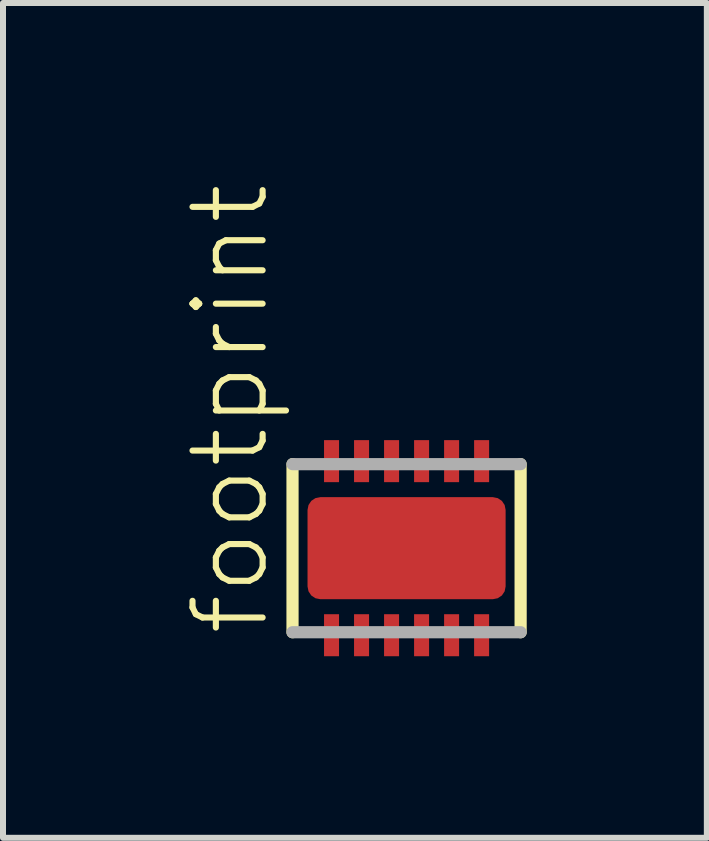
<source format=kicad_pcb>
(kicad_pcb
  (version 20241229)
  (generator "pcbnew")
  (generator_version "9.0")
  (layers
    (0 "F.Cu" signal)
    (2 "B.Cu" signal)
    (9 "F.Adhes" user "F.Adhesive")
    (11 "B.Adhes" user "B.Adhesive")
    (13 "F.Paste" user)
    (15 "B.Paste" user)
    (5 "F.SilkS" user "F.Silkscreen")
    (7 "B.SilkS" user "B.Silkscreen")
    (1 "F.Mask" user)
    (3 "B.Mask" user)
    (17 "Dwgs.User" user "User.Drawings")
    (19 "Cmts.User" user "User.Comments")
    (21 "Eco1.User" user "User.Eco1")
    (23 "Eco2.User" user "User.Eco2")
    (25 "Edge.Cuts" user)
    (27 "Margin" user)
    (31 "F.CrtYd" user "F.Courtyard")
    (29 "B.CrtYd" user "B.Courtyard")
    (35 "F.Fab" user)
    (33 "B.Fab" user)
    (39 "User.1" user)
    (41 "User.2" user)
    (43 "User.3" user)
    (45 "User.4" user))
  (footprint "footprint"
    (layer "F.Cu")
    (at 3.723 6.082)
    (property "Reference" "footprint" (at -2.25 1.5 90) (layer "F.SilkS") (effects (font (size 1.168 1.168) (thickness 0.102)) (justify left bottom)))
    (fp_poly (pts (xy -1.4 1.825) (xy -1.1 1.825) (xy -1.1 1.075) (xy -1.4 1.075)) (stroke (width 0) (type solid)) (fill yes) (layer "F.Mask"))
    (fp_poly (pts (xy -1.1 -1.825) (xy -1.4 -1.825) (xy -1.4 -1.075) (xy -1.1 -1.075)) (stroke (width 0) (type solid)) (fill yes) (layer "F.Mask"))
    (fp_poly (pts (xy -0.9 1.825) (xy -0.6 1.825) (xy -0.6 1.075) (xy -0.9 1.075)) (stroke (width 0) (type solid)) (fill yes) (layer "F.Mask"))
    (fp_poly (pts (xy -0.6 -1.825) (xy -0.9 -1.825) (xy -0.9 -1.075) (xy -0.6 -1.075)) (stroke (width 0) (type solid)) (fill yes) (layer "F.Mask"))
    (fp_poly (pts (xy -0.4 1.825) (xy -0.1 1.825) (xy -0.1 1.075) (xy -0.4 1.075)) (stroke (width 0) (type solid)) (fill yes) (layer "F.Mask"))
    (fp_poly (pts (xy -0.1 -1.825) (xy -0.4 -1.825) (xy -0.4 -1.075) (xy -0.1 -1.075)) (stroke (width 0) (type solid)) (fill yes) (layer "F.Mask"))
    (fp_poly (pts (xy 0.1 1.825) (xy 0.4 1.825) (xy 0.4 1.075) (xy 0.1 1.075)) (stroke (width 0) (type solid)) (fill yes) (layer "F.Mask"))
    (fp_poly (pts (xy 0.4 -1.825) (xy 0.1 -1.825) (xy 0.1 -1.075) (xy 0.4 -1.075)) (stroke (width 0) (type solid)) (fill yes) (layer "F.Mask"))
    (fp_poly (pts (xy 0.6 1.825) (xy 0.9 1.825) (xy 0.9 1.075) (xy 0.6 1.075)) (stroke (width 0) (type solid)) (fill yes) (layer "F.Mask"))
    (fp_poly (pts (xy 0.9 -1.825) (xy 0.6 -1.825) (xy 0.6 -1.075) (xy 0.9 -1.075)) (stroke (width 0) (type solid)) (fill yes) (layer "F.Mask"))
    (fp_poly (pts (xy 1.1 1.825) (xy 1.4 1.825) (xy 1.4 1.075) (xy 1.1 1.075)) (stroke (width 0) (type solid)) (fill yes) (layer "F.Mask"))
    (fp_poly (pts (xy 1.4 -1.825) (xy 1.1 -1.825) (xy 1.1 -1.075) (xy 1.4 -1.075)) (stroke (width 0) (type solid)) (fill yes) (layer "F.Mask"))
    (fp_poly (pts (xy 1.565 -0.849) (xy 1.649 -0.765) (xy 1.677 -0.663) (xy 1.677 0.663) (xy 1.649 0.765) (xy 1.565 0.849) (xy 1.463 0.877) (xy -1.442 0.877) (xy -1.677 0.642) (xy -1.677 -0.634) (xy -1.658 -0.74) (xy -1.578 -0.836) (xy -1.468 -0.877) (xy 1.463 -0.877)) (stroke (width 0) (type solid)) (fill yes) (layer "F.Mask"))
    (fp_line (start -1.9 1.4) (end -1.9 -1.4) (stroke (width 0.203) (type solid)) (layer "F.SilkS"))
    (fp_line (start 1.9 -1.4) (end 1.9 1.4) (stroke (width 0.203) (type solid)) (layer "F.SilkS"))
    (fp_poly (pts (xy -1.35 1.775) (xy -1.15 1.775) (xy -1.15 1.125) (xy -1.35 1.125)) (stroke (width 0) (type solid)) (fill yes) (layer "F.Paste"))
    (fp_poly (pts (xy -1.15 -1.775) (xy -1.35 -1.775) (xy -1.35 -1.125) (xy -1.15 -1.125)) (stroke (width 0) (type solid)) (fill yes) (layer "F.Paste"))
    (fp_poly (pts (xy -0.85 1.775) (xy -0.65 1.775) (xy -0.65 1.125) (xy -0.85 1.125)) (stroke (width 0) (type solid)) (fill yes) (layer "F.Paste"))
    (fp_poly (pts (xy -0.65 -1.775) (xy -0.85 -1.775) (xy -0.85 -1.125) (xy -0.65 -1.125)) (stroke (width 0) (type solid)) (fill yes) (layer "F.Paste"))
    (fp_poly (pts (xy -0.35 1.775) (xy -0.15 1.775) (xy -0.15 1.125) (xy -0.35 1.125)) (stroke (width 0) (type solid)) (fill yes) (layer "F.Paste"))
    (fp_poly (pts (xy -0.15 -1.775) (xy -0.35 -1.775) (xy -0.35 -1.125) (xy -0.15 -1.125)) (stroke (width 0) (type solid)) (fill yes) (layer "F.Paste"))
    (fp_poly (pts (xy 0.15 1.775) (xy 0.35 1.775) (xy 0.35 1.125) (xy 0.15 1.125)) (stroke (width 0) (type solid)) (fill yes) (layer "F.Paste"))
    (fp_poly (pts (xy 0.35 -1.775) (xy 0.15 -1.775) (xy 0.15 -1.125) (xy 0.35 -1.125)) (stroke (width 0) (type solid)) (fill yes) (layer "F.Paste"))
    (fp_poly (pts (xy 0.65 1.775) (xy 0.85 1.775) (xy 0.85 1.125) (xy 0.65 1.125)) (stroke (width 0) (type solid)) (fill yes) (layer "F.Paste"))
    (fp_poly (pts (xy 0.85 -1.775) (xy 0.65 -1.775) (xy 0.65 -1.125) (xy 0.85 -1.125)) (stroke (width 0) (type solid)) (fill yes) (layer "F.Paste"))
    (fp_poly (pts (xy 1.15 1.775) (xy 1.35 1.775) (xy 1.35 1.125) (xy 1.15 1.125)) (stroke (width 0) (type solid)) (fill yes) (layer "F.Paste"))
    (fp_poly (pts (xy 1.35 -1.775) (xy 1.15 -1.775) (xy 1.15 -1.125) (xy 1.35 -1.125)) (stroke (width 0) (type solid)) (fill yes) (layer "F.Paste"))
    (fp_poly (pts (xy 1.49 -0.774) (xy 1.574 -0.69) (xy 1.602 -0.588) (xy 1.602 0.588) (xy 1.574 0.69) (xy 1.49 0.774) (xy 1.388 0.802) (xy -1.367 0.802) (xy -1.602 0.567) (xy -1.602 -0.559) (xy -1.583 -0.665) (xy -1.503 -0.761) (xy -1.393 -0.802) (xy 1.388 -0.802)) (stroke (width 0) (type solid)) (fill yes) (layer "F.Paste"))
    (fp_line (start -1.9 -1.4) (end 1.9 -1.4) (stroke (width 0.203) (type solid)) (layer "F.Fab"))
    (fp_line (start 1.9 1.4) (end -1.9 1.4) (stroke (width 0.203) (type solid)) (layer "F.Fab"))
    (pad "1" smd rect (at -1.25 1.45) (size 0.25 0.7) (layers "F.Cu"))
    (pad "2" smd rect (at -0.75 1.45) (size 0.25 0.7) (layers "F.Cu"))
    (pad "3" smd rect (at -0.25 1.45) (size 0.25 0.7) (layers "F.Cu"))
    (pad "4" smd rect (at 0.25 1.45) (size 0.25 0.7) (layers "F.Cu"))
    (pad "5" smd rect (at 0.75 1.45) (size 0.25 0.7) (layers "F.Cu"))
    (pad "6" smd rect (at 1.25 1.45) (size 0.25 0.7) (layers "F.Cu"))
    (pad "7" smd rect (at 1.25 -1.45 180) (size 0.25 0.7) (layers "F.Cu"))
    (pad "8" smd rect (at 0.75 -1.45 180) (size 0.25 0.7) (layers "F.Cu"))
    (pad "9" smd rect (at 0.25 -1.45 180) (size 0.25 0.7) (layers "F.Cu"))
    (pad "10" smd rect (at -0.25 -1.45 180) (size 0.25 0.7) (layers "F.Cu"))
    (pad "11" smd rect (at -0.75 -1.45 180) (size 0.25 0.7) (layers "F.Cu"))
    (pad "12" smd rect (at -1.25 -1.45 180) (size 0.25 0.7) (layers "F.Cu"))
    (pad "EXP" smd roundrect (at 0 0) (size 3.3 1.7) (layers "F.Cu") (roundrect_rratio 0.125)))
  (gr_rect
    (start -3 -3)
    (end 8.725 10.907)
    (stroke (width 0.1) (type default))
    (fill no)
    (layer "Edge.Cuts")))
</source>
